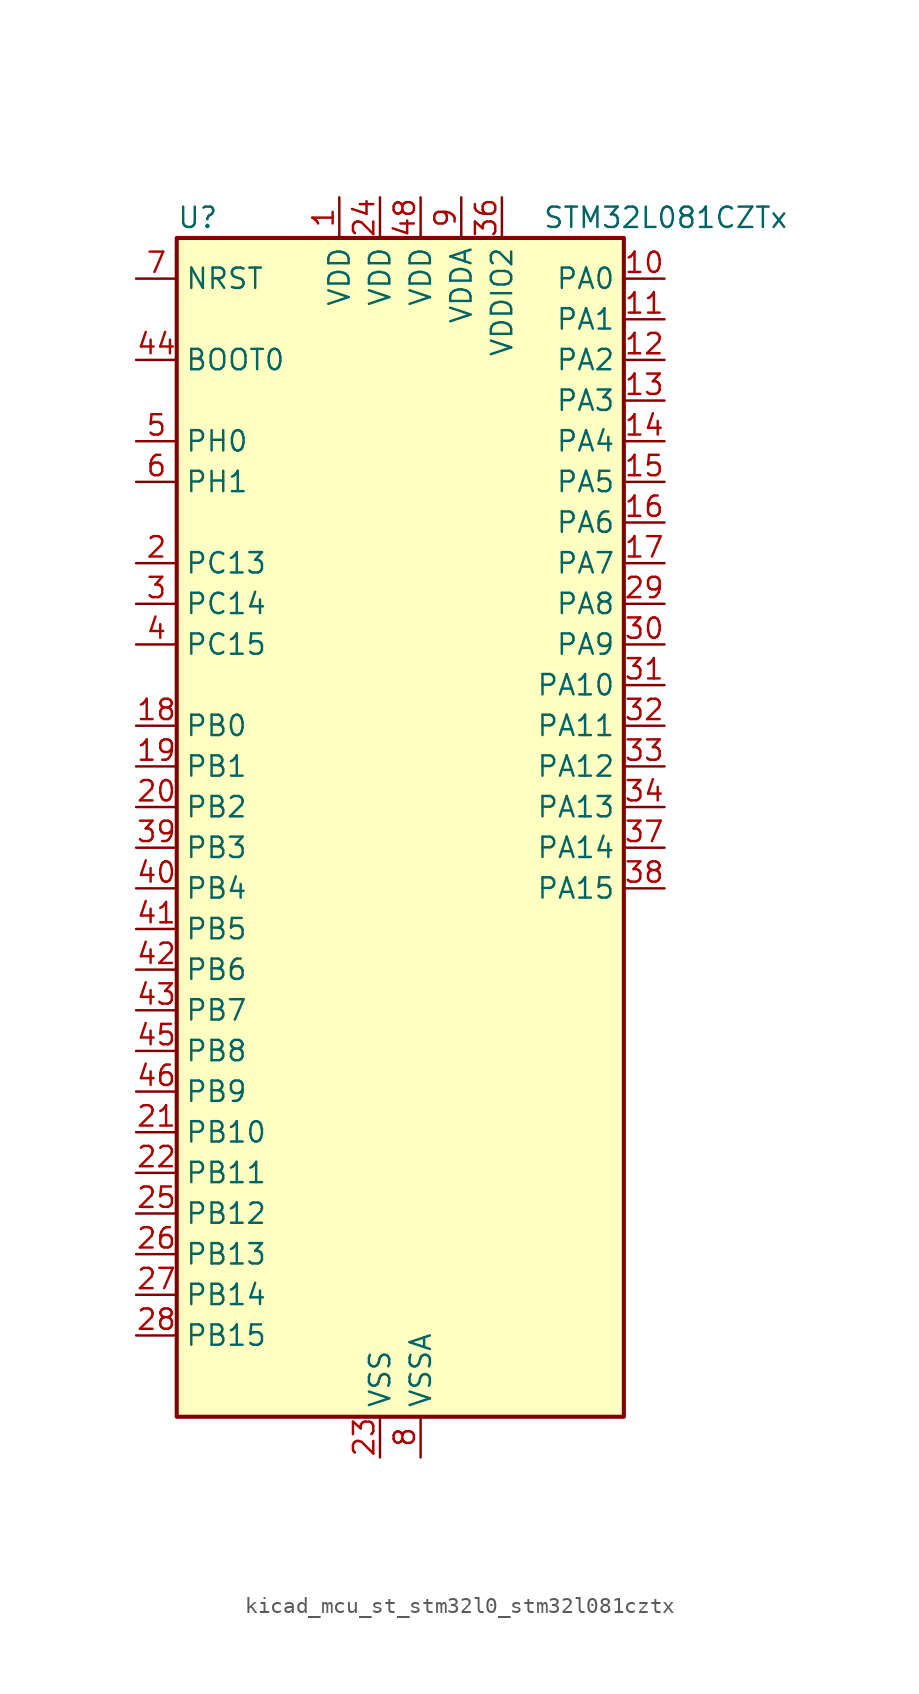
<source format=kicad_sym>
(kicad_symbol_lib
  (version 20220914)
  (generator kicad_symbol_editor)
  (symbol "kicad_mcu_st_stm32l0_stm32l081cztx"
    (property "Reference" "U"
      (at -12.7 39.37 0)
      (effects (font (size 1.27 1.27)) (justify left)))
    (property "Value" "STM32L081CZTx"
      (at 10.16 39.37 0)
      (effects (font (size 1.27 1.27)) (justify left)))
    (property "ki_locked" ""
      (at 0 0 0)
      (effects (font (size 1.27 1.27))))
    (symbol "kicad_mcu_st_stm32l0_stm32l081cztx_0_1"
      (rectangle (start -12.7 -35.56) (end 15.24 38.1) (stroke (width 0.254) (type default)) (fill (type background))))
    (symbol "kicad_mcu_st_stm32l0_stm32l081cztx_1_1"
      (pin power_in line (at -2.54 40.64 270) (length 2.54) (name "VDD" (effects (font (size 1.27 1.27)))) (number "1" (effects (font (size 1.27 1.27)))))
      (pin bidirectional line (at 17.78 35.56 180) (length 2.54) (name "PA0" (effects (font (size 1.27 1.27)))) (number "10" (effects (font (size 1.27 1.27)))) (alternate "ADC_IN0" bidirectional line) (alternate "COMP1_INM" bidirectional line) (alternate "COMP1_OUT" bidirectional line) (alternate "RTC_TAMP2" bidirectional line) (alternate "SYS_WKUP1" bidirectional line) (alternate "TIM2_CH1" bidirectional line) (alternate "TIM2_ETR" bidirectional line) (alternate "USART2_CTS" bidirectional line) (alternate "USART4_TX" bidirectional line))
      (pin bidirectional line (at 17.78 33.02 180) (length 2.54) (name "PA1" (effects (font (size 1.27 1.27)))) (number "11" (effects (font (size 1.27 1.27)))) (alternate "ADC_IN1" bidirectional line) (alternate "COMP1_INP" bidirectional line) (alternate "TIM21_ETR" bidirectional line) (alternate "TIM2_CH2" bidirectional line) (alternate "USART2_DE" bidirectional line) (alternate "USART2_RTS" bidirectional line) (alternate "USART4_RX" bidirectional line))
      (pin bidirectional line (at 17.78 30.48 180) (length 2.54) (name "PA2" (effects (font (size 1.27 1.27)))) (number "12" (effects (font (size 1.27 1.27)))) (alternate "ADC_IN2" bidirectional line) (alternate "COMP2_INM" bidirectional line) (alternate "COMP2_OUT" bidirectional line) (alternate "LPUART1_TX" bidirectional line) (alternate "TIM21_CH1" bidirectional line) (alternate "TIM2_CH3" bidirectional line) (alternate "USART2_TX" bidirectional line))
      (pin bidirectional line (at 17.78 27.94 180) (length 2.54) (name "PA3" (effects (font (size 1.27 1.27)))) (number "13" (effects (font (size 1.27 1.27)))) (alternate "ADC_IN3" bidirectional line) (alternate "COMP2_INP" bidirectional line) (alternate "LPUART1_RX" bidirectional line) (alternate "TIM21_CH2" bidirectional line) (alternate "TIM2_CH4" bidirectional line) (alternate "USART2_RX" bidirectional line))
      (pin bidirectional line (at 17.78 25.4 180) (length 2.54) (name "PA4" (effects (font (size 1.27 1.27)))) (number "14" (effects (font (size 1.27 1.27)))) (alternate "ADC_IN4" bidirectional line) (alternate "COMP1_INM" bidirectional line) (alternate "COMP2_INM" bidirectional line) (alternate "SPI1_NSS" bidirectional line) (alternate "TIM22_ETR" bidirectional line) (alternate "USART2_CK" bidirectional line))
      (pin bidirectional line (at 17.78 22.86 180) (length 2.54) (name "PA5" (effects (font (size 1.27 1.27)))) (number "15" (effects (font (size 1.27 1.27)))) (alternate "ADC_IN5" bidirectional line) (alternate "COMP1_INM" bidirectional line) (alternate "COMP2_INM" bidirectional line) (alternate "SPI1_SCK" bidirectional line) (alternate "TIM2_CH1" bidirectional line) (alternate "TIM2_ETR" bidirectional line))
      (pin bidirectional line (at 17.78 20.32 180) (length 2.54) (name "PA6" (effects (font (size 1.27 1.27)))) (number "16" (effects (font (size 1.27 1.27)))) (alternate "ADC_IN6" bidirectional line) (alternate "COMP1_OUT" bidirectional line) (alternate "LPUART1_CTS" bidirectional line) (alternate "SPI1_MISO" bidirectional line) (alternate "TIM22_CH1" bidirectional line) (alternate "TIM3_CH1" bidirectional line))
      (pin bidirectional line (at 17.78 17.78 180) (length 2.54) (name "PA7" (effects (font (size 1.27 1.27)))) (number "17" (effects (font (size 1.27 1.27)))) (alternate "ADC_IN7" bidirectional line) (alternate "COMP2_OUT" bidirectional line) (alternate "SPI1_MOSI" bidirectional line) (alternate "TIM22_CH2" bidirectional line) (alternate "TIM3_CH2" bidirectional line))
      (pin bidirectional line (at -15.24 7.62 0) (length 2.54) (name "PB0" (effects (font (size 1.27 1.27)))) (number "18" (effects (font (size 1.27 1.27)))) (alternate "ADC_IN8" bidirectional line) (alternate "SYS_VREF_OUT_PB0" bidirectional line) (alternate "TIM3_CH3" bidirectional line))
      (pin bidirectional line (at -15.24 5.08 0) (length 2.54) (name "PB1" (effects (font (size 1.27 1.27)))) (number "19" (effects (font (size 1.27 1.27)))) (alternate "ADC_IN9" bidirectional line) (alternate "LPUART1_DE" bidirectional line) (alternate "LPUART1_RTS" bidirectional line) (alternate "SYS_VREF_OUT_PB1" bidirectional line) (alternate "TIM3_CH4" bidirectional line))
      (pin bidirectional line (at -15.24 17.78 0) (length 2.54) (name "PC13" (effects (font (size 1.27 1.27)))) (number "2" (effects (font (size 1.27 1.27)))) (alternate "RTC_OUT_ALARM" bidirectional line) (alternate "RTC_OUT_CALIB" bidirectional line) (alternate "RTC_TAMP1" bidirectional line) (alternate "RTC_TS" bidirectional line) (alternate "SYS_WKUP2" bidirectional line))
      (pin bidirectional line (at -15.24 2.54 0) (length 2.54) (name "PB2" (effects (font (size 1.27 1.27)))) (number "20" (effects (font (size 1.27 1.27)))) (alternate "I2C3_SMBA" bidirectional line) (alternate "LPTIM1_OUT" bidirectional line))
      (pin bidirectional line (at -15.24 -17.78 0) (length 2.54) (name "PB10" (effects (font (size 1.27 1.27)))) (number "21" (effects (font (size 1.27 1.27)))) (alternate "I2C2_SCL" bidirectional line) (alternate "LPUART1_RX" bidirectional line) (alternate "LPUART1_TX" bidirectional line) (alternate "SPI2_SCK" bidirectional line) (alternate "TIM2_CH3" bidirectional line))
      (pin bidirectional line (at -15.24 -20.32 0) (length 2.54) (name "PB11" (effects (font (size 1.27 1.27)))) (number "22" (effects (font (size 1.27 1.27)))) (alternate "ADC_EXTI11" bidirectional line) (alternate "I2C2_SDA" bidirectional line) (alternate "LPUART1_RX" bidirectional line) (alternate "LPUART1_TX" bidirectional line) (alternate "TIM2_CH4" bidirectional line))
      (pin power_in line (at 0 -38.1 90) (length 2.54) (name "VSS" (effects (font (size 1.27 1.27)))) (number "23" (effects (font (size 1.27 1.27)))))
      (pin power_in line (at 0 40.64 270) (length 2.54) (name "VDD" (effects (font (size 1.27 1.27)))) (number "24" (effects (font (size 1.27 1.27)))))
      (pin bidirectional line (at -15.24 -22.86 0) (length 2.54) (name "PB12" (effects (font (size 1.27 1.27)))) (number "25" (effects (font (size 1.27 1.27)))) (alternate "I2S2_WS" bidirectional line) (alternate "LPUART1_DE" bidirectional line) (alternate "LPUART1_RTS" bidirectional line) (alternate "SPI2_NSS" bidirectional line))
      (pin bidirectional line (at -15.24 -25.4 0) (length 2.54) (name "PB13" (effects (font (size 1.27 1.27)))) (number "26" (effects (font (size 1.27 1.27)))) (alternate "I2C2_SCL" bidirectional line) (alternate "I2S2_CK" bidirectional line) (alternate "LPUART1_CTS" bidirectional line) (alternate "RCC_MCO" bidirectional line) (alternate "SPI2_SCK" bidirectional line) (alternate "TIM21_CH1" bidirectional line))
      (pin bidirectional line (at -15.24 -27.94 0) (length 2.54) (name "PB14" (effects (font (size 1.27 1.27)))) (number "27" (effects (font (size 1.27 1.27)))) (alternate "I2C2_SDA" bidirectional line) (alternate "I2S2_MCK" bidirectional line) (alternate "LPUART1_DE" bidirectional line) (alternate "LPUART1_RTS" bidirectional line) (alternate "RTC_OUT_ALARM" bidirectional line) (alternate "RTC_OUT_CALIB" bidirectional line) (alternate "SPI2_MISO" bidirectional line) (alternate "TIM21_CH2" bidirectional line))
      (pin bidirectional line (at -15.24 -30.48 0) (length 2.54) (name "PB15" (effects (font (size 1.27 1.27)))) (number "28" (effects (font (size 1.27 1.27)))) (alternate "I2S2_SD" bidirectional line) (alternate "RTC_REFIN" bidirectional line) (alternate "SPI2_MOSI" bidirectional line))
      (pin bidirectional line (at 17.78 15.24 180) (length 2.54) (name "PA8" (effects (font (size 1.27 1.27)))) (number "29" (effects (font (size 1.27 1.27)))) (alternate "I2C3_SCL" bidirectional line) (alternate "RCC_MCO" bidirectional line) (alternate "USART1_CK" bidirectional line))
      (pin bidirectional line (at -15.24 15.24 0) (length 2.54) (name "PC14" (effects (font (size 1.27 1.27)))) (number "3" (effects (font (size 1.27 1.27)))) (alternate "RCC_OSC32_IN" bidirectional line))
      (pin bidirectional line (at 17.78 12.7 180) (length 2.54) (name "PA9" (effects (font (size 1.27 1.27)))) (number "30" (effects (font (size 1.27 1.27)))) (alternate "I2C1_SCL" bidirectional line) (alternate "I2C3_SMBA" bidirectional line) (alternate "RCC_MCO" bidirectional line) (alternate "USART1_TX" bidirectional line))
      (pin bidirectional line (at 17.78 10.16 180) (length 2.54) (name "PA10" (effects (font (size 1.27 1.27)))) (number "31" (effects (font (size 1.27 1.27)))) (alternate "I2C1_SDA" bidirectional line) (alternate "USART1_RX" bidirectional line))
      (pin bidirectional line (at 17.78 7.62 180) (length 2.54) (name "PA11" (effects (font (size 1.27 1.27)))) (number "32" (effects (font (size 1.27 1.27)))) (alternate "ADC_EXTI11" bidirectional line) (alternate "COMP1_OUT" bidirectional line) (alternate "SPI1_MISO" bidirectional line) (alternate "USART1_CTS" bidirectional line))
      (pin bidirectional line (at 17.78 5.08 180) (length 2.54) (name "PA12" (effects (font (size 1.27 1.27)))) (number "33" (effects (font (size 1.27 1.27)))) (alternate "COMP2_OUT" bidirectional line) (alternate "SPI1_MOSI" bidirectional line) (alternate "USART1_DE" bidirectional line) (alternate "USART1_RTS" bidirectional line))
      (pin bidirectional line (at 17.78 2.54 180) (length 2.54) (name "PA13" (effects (font (size 1.27 1.27)))) (number "34" (effects (font (size 1.27 1.27)))) (alternate "LPUART1_RX" bidirectional line) (alternate "SYS_SWDIO" bidirectional line))
      (pin passive line (at 0 -38.1 90) (length 2.54) hide (name "VSS" (effects (font (size 1.27 1.27)))) (number "35" (effects (font (size 1.27 1.27)))))
      (pin power_in line (at 7.62 40.64 270) (length 2.54) (name "VDDIO2" (effects (font (size 1.27 1.27)))) (number "36" (effects (font (size 1.27 1.27)))))
      (pin bidirectional line (at 17.78 0 180) (length 2.54) (name "PA14" (effects (font (size 1.27 1.27)))) (number "37" (effects (font (size 1.27 1.27)))) (alternate "LPUART1_TX" bidirectional line) (alternate "SYS_SWCLK" bidirectional line) (alternate "USART2_TX" bidirectional line))
      (pin bidirectional line (at 17.78 -2.54 180) (length 2.54) (name "PA15" (effects (font (size 1.27 1.27)))) (number "38" (effects (font (size 1.27 1.27)))) (alternate "SPI1_NSS" bidirectional line) (alternate "TIM2_CH1" bidirectional line) (alternate "TIM2_ETR" bidirectional line) (alternate "USART2_RX" bidirectional line) (alternate "USART4_DE" bidirectional line) (alternate "USART4_RTS" bidirectional line))
      (pin bidirectional line (at -15.24 0 0) (length 2.54) (name "PB3" (effects (font (size 1.27 1.27)))) (number "39" (effects (font (size 1.27 1.27)))) (alternate "COMP2_INM" bidirectional line) (alternate "SPI1_SCK" bidirectional line) (alternate "TIM2_CH2" bidirectional line) (alternate "USART1_DE" bidirectional line) (alternate "USART1_RTS" bidirectional line) (alternate "USART5_TX" bidirectional line))
      (pin bidirectional line (at -15.24 12.7 0) (length 2.54) (name "PC15" (effects (font (size 1.27 1.27)))) (number "4" (effects (font (size 1.27 1.27)))) (alternate "RCC_OSC32_OUT" bidirectional line))
      (pin bidirectional line (at -15.24 -2.54 0) (length 2.54) (name "PB4" (effects (font (size 1.27 1.27)))) (number "40" (effects (font (size 1.27 1.27)))) (alternate "COMP2_INP" bidirectional line) (alternate "I2C3_SDA" bidirectional line) (alternate "SPI1_MISO" bidirectional line) (alternate "TIM22_CH1" bidirectional line) (alternate "TIM3_CH1" bidirectional line) (alternate "USART1_CTS" bidirectional line) (alternate "USART5_RX" bidirectional line))
      (pin bidirectional line (at -15.24 -5.08 0) (length 2.54) (name "PB5" (effects (font (size 1.27 1.27)))) (number "41" (effects (font (size 1.27 1.27)))) (alternate "COMP2_INP" bidirectional line) (alternate "I2C1_SMBA" bidirectional line) (alternate "LPTIM1_IN1" bidirectional line) (alternate "SPI1_MOSI" bidirectional line) (alternate "TIM22_CH2" bidirectional line) (alternate "TIM3_CH2" bidirectional line) (alternate "USART1_CK" bidirectional line) (alternate "USART5_CK" bidirectional line) (alternate "USART5_DE" bidirectional line) (alternate "USART5_RTS" bidirectional line))
      (pin bidirectional line (at -15.24 -7.62 0) (length 2.54) (name "PB6" (effects (font (size 1.27 1.27)))) (number "42" (effects (font (size 1.27 1.27)))) (alternate "COMP2_INP" bidirectional line) (alternate "I2C1_SCL" bidirectional line) (alternate "LPTIM1_ETR" bidirectional line) (alternate "USART1_TX" bidirectional line))
      (pin bidirectional line (at -15.24 -10.16 0) (length 2.54) (name "PB7" (effects (font (size 1.27 1.27)))) (number "43" (effects (font (size 1.27 1.27)))) (alternate "COMP2_INP" bidirectional line) (alternate "I2C1_SDA" bidirectional line) (alternate "LPTIM1_IN2" bidirectional line) (alternate "SYS_PVD_IN" bidirectional line) (alternate "USART1_RX" bidirectional line) (alternate "USART4_CTS" bidirectional line))
      (pin input line (at -15.24 30.48 0) (length 2.54) (name "BOOT0" (effects (font (size 1.27 1.27)))) (number "44" (effects (font (size 1.27 1.27)))))
      (pin bidirectional line (at -15.24 -12.7 0) (length 2.54) (name "PB8" (effects (font (size 1.27 1.27)))) (number "45" (effects (font (size 1.27 1.27)))) (alternate "I2C1_SCL" bidirectional line))
      (pin bidirectional line (at -15.24 -15.24 0) (length 2.54) (name "PB9" (effects (font (size 1.27 1.27)))) (number "46" (effects (font (size 1.27 1.27)))) (alternate "I2C1_SDA" bidirectional line) (alternate "I2S2_WS" bidirectional line) (alternate "SPI2_NSS" bidirectional line))
      (pin passive line (at 0 -38.1 90) (length 2.54) hide (name "VSS" (effects (font (size 1.27 1.27)))) (number "47" (effects (font (size 1.27 1.27)))))
      (pin power_in line (at 2.54 40.64 270) (length 2.54) (name "VDD" (effects (font (size 1.27 1.27)))) (number "48" (effects (font (size 1.27 1.27)))))
      (pin bidirectional line (at -15.24 25.4 0) (length 2.54) (name "PH0" (effects (font (size 1.27 1.27)))) (number "5" (effects (font (size 1.27 1.27)))) (alternate "RCC_OSC_IN" bidirectional line))
      (pin bidirectional line (at -15.24 22.86 0) (length 2.54) (name "PH1" (effects (font (size 1.27 1.27)))) (number "6" (effects (font (size 1.27 1.27)))) (alternate "RCC_OSC_OUT" bidirectional line))
      (pin input line (at -15.24 35.56 0) (length 2.54) (name "NRST" (effects (font (size 1.27 1.27)))) (number "7" (effects (font (size 1.27 1.27)))))
      (pin power_in line (at 2.54 -38.1 90) (length 2.54) (name "VSSA" (effects (font (size 1.27 1.27)))) (number "8" (effects (font (size 1.27 1.27)))))
      (pin power_in line (at 5.08 40.64 270) (length 2.54) (name "VDDA" (effects (font (size 1.27 1.27)))) (number "9" (effects (font (size 1.27 1.27))))))))
</source>
